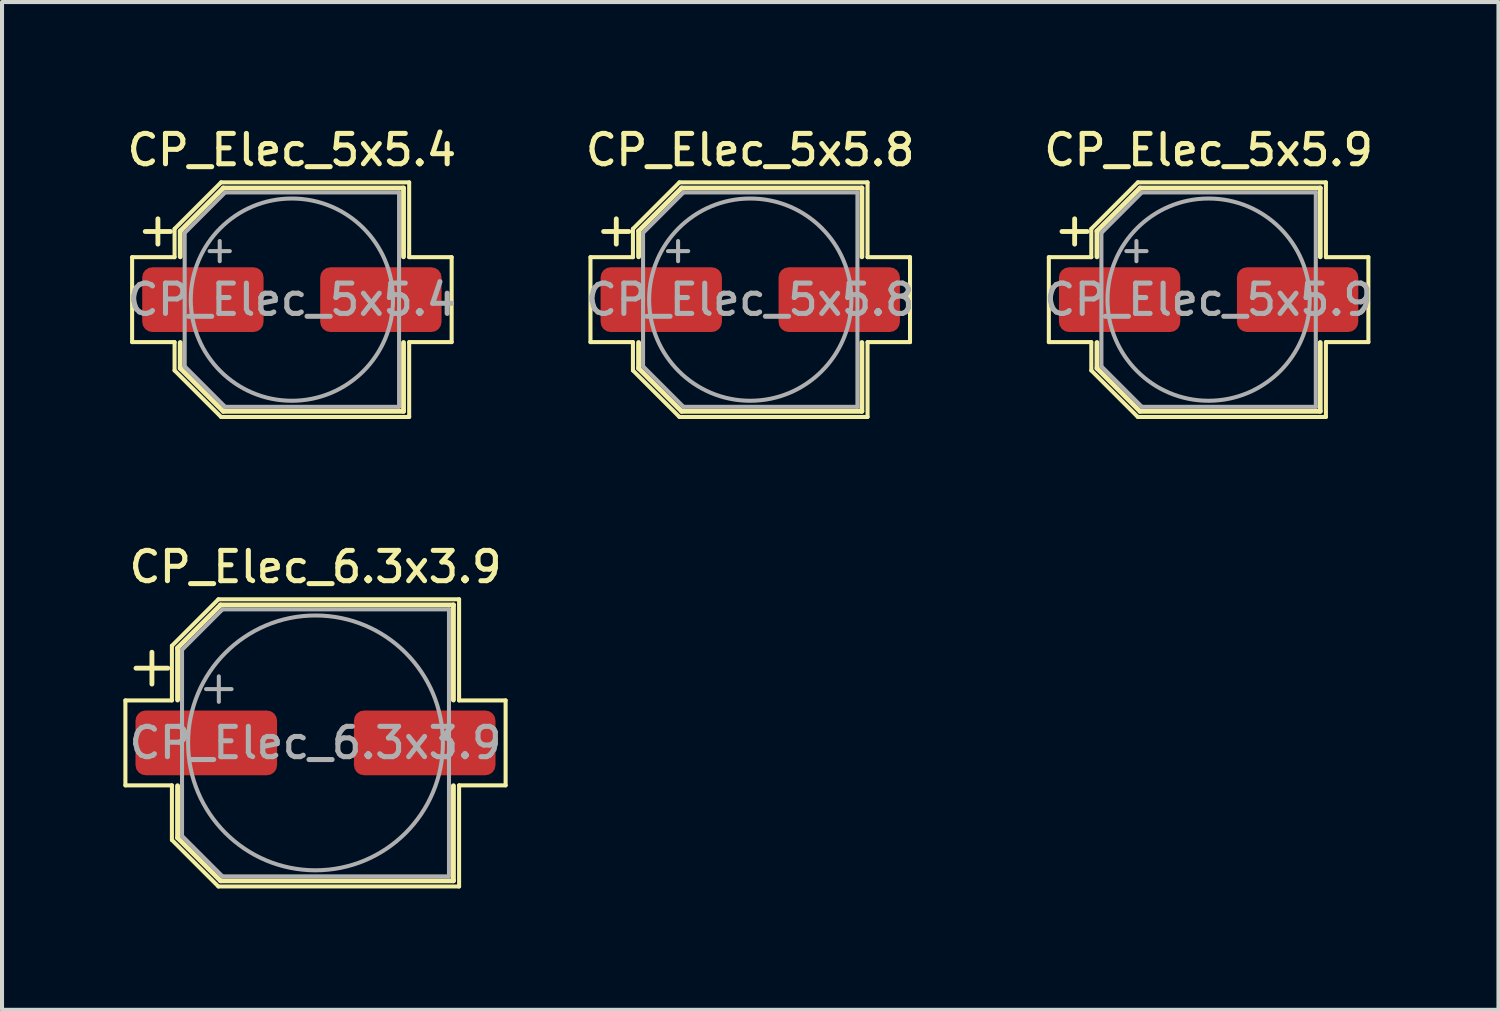
<source format=kicad_pcb>
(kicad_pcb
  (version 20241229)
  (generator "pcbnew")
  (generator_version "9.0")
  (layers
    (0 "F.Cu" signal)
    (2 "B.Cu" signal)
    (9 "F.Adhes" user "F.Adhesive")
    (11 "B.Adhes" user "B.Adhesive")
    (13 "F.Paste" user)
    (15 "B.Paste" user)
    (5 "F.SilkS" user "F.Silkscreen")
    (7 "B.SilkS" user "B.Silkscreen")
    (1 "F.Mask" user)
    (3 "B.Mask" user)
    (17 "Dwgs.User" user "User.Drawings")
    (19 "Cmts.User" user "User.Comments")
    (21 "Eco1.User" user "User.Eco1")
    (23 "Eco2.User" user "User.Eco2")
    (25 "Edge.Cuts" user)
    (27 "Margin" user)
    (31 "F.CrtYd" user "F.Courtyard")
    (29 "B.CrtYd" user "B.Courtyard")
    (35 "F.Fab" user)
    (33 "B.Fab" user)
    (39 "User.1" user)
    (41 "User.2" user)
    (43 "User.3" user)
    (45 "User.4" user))
  (footprint "CP_Elec_5x5.8"
    (layer "F.Cu")
    (at 15.498 4.358)
    (property "Reference" "CP_Elec_5x5.8" (at 0 -3.7 0) (layer "F.SilkS") (effects (font (size 0.75 0.75) (thickness 0.125))))
    (attr smd)
    (fp_line (start -3.95 -1.05) (end -3.95 1.05) (stroke (width 0.1) (type solid)) (layer "F.SilkS"))
    (fp_line (start -3.95 1.05) (end -2.9 1.05) (stroke (width 0.1) (type solid)) (layer "F.SilkS"))
    (fp_line (start -3.625 -1.685) (end -3 -1.685) (stroke (width 0.12) (type solid)) (layer "F.SilkS"))
    (fp_line (start -3.312 -1.998) (end -3.312 -1.373) (stroke (width 0.12) (type solid)) (layer "F.SilkS"))
    (fp_line (start -2.9 -1.75) (end -2.9 -1.05) (stroke (width 0.1) (type solid)) (layer "F.SilkS"))
    (fp_line (start -2.9 -1.75) (end -1.75 -2.9) (stroke (width 0.1) (type solid)) (layer "F.SilkS"))
    (fp_line (start -2.9 -1.05) (end -3.95 -1.05) (stroke (width 0.1) (type solid)) (layer "F.SilkS"))
    (fp_line (start -2.9 1.05) (end -2.9 1.75) (stroke (width 0.1) (type solid)) (layer "F.SilkS"))
    (fp_line (start -2.9 1.75) (end -1.75 2.9) (stroke (width 0.1) (type solid)) (layer "F.SilkS"))
    (fp_line (start -2.76 -1.696) (end -2.76 -1.06) (stroke (width 0.12) (type solid)) (layer "F.SilkS"))
    (fp_line (start -2.76 -1.696) (end -1.696 -2.76) (stroke (width 0.12) (type solid)) (layer "F.SilkS"))
    (fp_line (start -2.76 1.696) (end -2.76 1.06) (stroke (width 0.12) (type solid)) (layer "F.SilkS"))
    (fp_line (start -2.76 1.696) (end -1.696 2.76) (stroke (width 0.12) (type solid)) (layer "F.SilkS"))
    (fp_line (start -1.75 -2.9) (end 2.9 -2.9) (stroke (width 0.1) (type solid)) (layer "F.SilkS"))
    (fp_line (start -1.75 2.9) (end 2.9 2.9) (stroke (width 0.1) (type solid)) (layer "F.SilkS"))
    (fp_line (start -1.696 -2.76) (end 2.76 -2.76) (stroke (width 0.12) (type solid)) (layer "F.SilkS"))
    (fp_line (start -1.696 2.76) (end 2.76 2.76) (stroke (width 0.12) (type solid)) (layer "F.SilkS"))
    (fp_line (start 2.76 -2.76) (end 2.76 -1.06) (stroke (width 0.12) (type solid)) (layer "F.SilkS"))
    (fp_line (start 2.76 2.76) (end 2.76 1.06) (stroke (width 0.12) (type solid)) (layer "F.SilkS"))
    (fp_line (start 2.9 -2.9) (end 2.9 -1.05) (stroke (width 0.1) (type solid)) (layer "F.SilkS"))
    (fp_line (start 2.9 -1.05) (end 3.95 -1.05) (stroke (width 0.1) (type solid)) (layer "F.SilkS"))
    (fp_line (start 2.9 1.05) (end 2.9 2.9) (stroke (width 0.1) (type solid)) (layer "F.SilkS"))
    (fp_line (start 3.95 -1.05) (end 3.95 1.05) (stroke (width 0.1) (type solid)) (layer "F.SilkS"))
    (fp_line (start 3.95 1.05) (end 2.9 1.05) (stroke (width 0.1) (type solid)) (layer "F.SilkS"))
    (fp_line (start -2.65 -1.65) (end -2.65 1.65) (stroke (width 0.1) (type solid)) (layer "F.Fab"))
    (fp_line (start -2.65 -1.65) (end -1.65 -2.65) (stroke (width 0.1) (type solid)) (layer "F.Fab"))
    (fp_line (start -2.65 1.65) (end -1.65 2.65) (stroke (width 0.1) (type solid)) (layer "F.Fab"))
    (fp_line (start -2.034 -1.2) (end -1.534 -1.2) (stroke (width 0.1) (type solid)) (layer "F.Fab"))
    (fp_line (start -1.784 -1.45) (end -1.784 -0.95) (stroke (width 0.1) (type solid)) (layer "F.Fab"))
    (fp_line (start -1.65 -2.65) (end 2.65 -2.65) (stroke (width 0.1) (type solid)) (layer "F.Fab"))
    (fp_line (start -1.65 2.65) (end 2.65 2.65) (stroke (width 0.1) (type solid)) (layer "F.Fab"))
    (fp_line (start 2.65 -2.65) (end 2.65 2.65) (stroke (width 0.1) (type solid)) (layer "F.Fab"))
    (fp_circle (center 0 0) (end 2.5 0) (stroke (width 0.1) (type solid)) (fill no) (layer "F.Fab"))
    (fp_text user "${REFERENCE}" (at 0 0 0) (layer "F.Fab") (effects (font (size 0.75 0.75) (thickness 0.125))))
    (pad "1" smd roundrect (at -2.2 0) (size 3 1.6) (layers "F.Cu" "F.Mask" "F.Paste") (roundrect_rratio 0.156))
    (pad "2" smd roundrect (at 2.2 0) (size 3 1.6) (layers "F.Cu" "F.Mask" "F.Paste") (roundrect_rratio 0.156)))
  (footprint "CP_Elec_5x5.4"
    (layer "F.Cu")
    (at 4.166 4.358)
    (property "Reference" "CP_Elec_5x5.4" (at 0 -3.7 0) (layer "F.SilkS") (effects (font (size 0.75 0.75) (thickness 0.125))))
    (attr smd)
    (fp_line (start -3.95 -1.05) (end -3.95 1.05) (stroke (width 0.1) (type solid)) (layer "F.SilkS"))
    (fp_line (start -3.95 1.05) (end -2.9 1.05) (stroke (width 0.1) (type solid)) (layer "F.SilkS"))
    (fp_line (start -3.625 -1.685) (end -3 -1.685) (stroke (width 0.12) (type solid)) (layer "F.SilkS"))
    (fp_line (start -3.312 -1.998) (end -3.312 -1.373) (stroke (width 0.12) (type solid)) (layer "F.SilkS"))
    (fp_line (start -2.9 -1.75) (end -2.9 -1.05) (stroke (width 0.1) (type solid)) (layer "F.SilkS"))
    (fp_line (start -2.9 -1.75) (end -1.75 -2.9) (stroke (width 0.1) (type solid)) (layer "F.SilkS"))
    (fp_line (start -2.9 -1.05) (end -3.95 -1.05) (stroke (width 0.1) (type solid)) (layer "F.SilkS"))
    (fp_line (start -2.9 1.05) (end -2.9 1.75) (stroke (width 0.1) (type solid)) (layer "F.SilkS"))
    (fp_line (start -2.9 1.75) (end -1.75 2.9) (stroke (width 0.1) (type solid)) (layer "F.SilkS"))
    (fp_line (start -2.76 -1.696) (end -2.76 -1.06) (stroke (width 0.12) (type solid)) (layer "F.SilkS"))
    (fp_line (start -2.76 -1.696) (end -1.696 -2.76) (stroke (width 0.12) (type solid)) (layer "F.SilkS"))
    (fp_line (start -2.76 1.696) (end -2.76 1.06) (stroke (width 0.12) (type solid)) (layer "F.SilkS"))
    (fp_line (start -2.76 1.696) (end -1.696 2.76) (stroke (width 0.12) (type solid)) (layer "F.SilkS"))
    (fp_line (start -1.75 -2.9) (end 2.9 -2.9) (stroke (width 0.1) (type solid)) (layer "F.SilkS"))
    (fp_line (start -1.75 2.9) (end 2.9 2.9) (stroke (width 0.1) (type solid)) (layer "F.SilkS"))
    (fp_line (start -1.696 -2.76) (end 2.76 -2.76) (stroke (width 0.12) (type solid)) (layer "F.SilkS"))
    (fp_line (start -1.696 2.76) (end 2.76 2.76) (stroke (width 0.12) (type solid)) (layer "F.SilkS"))
    (fp_line (start 2.76 -2.76) (end 2.76 -1.06) (stroke (width 0.12) (type solid)) (layer "F.SilkS"))
    (fp_line (start 2.76 2.76) (end 2.76 1.06) (stroke (width 0.12) (type solid)) (layer "F.SilkS"))
    (fp_line (start 2.9 -2.9) (end 2.9 -1.05) (stroke (width 0.1) (type solid)) (layer "F.SilkS"))
    (fp_line (start 2.9 -1.05) (end 3.95 -1.05) (stroke (width 0.1) (type solid)) (layer "F.SilkS"))
    (fp_line (start 2.9 1.05) (end 2.9 2.9) (stroke (width 0.1) (type solid)) (layer "F.SilkS"))
    (fp_line (start 3.95 -1.05) (end 3.95 1.05) (stroke (width 0.1) (type solid)) (layer "F.SilkS"))
    (fp_line (start 3.95 1.05) (end 2.9 1.05) (stroke (width 0.1) (type solid)) (layer "F.SilkS"))
    (fp_line (start -2.65 -1.65) (end -2.65 1.65) (stroke (width 0.1) (type solid)) (layer "F.Fab"))
    (fp_line (start -2.65 -1.65) (end -1.65 -2.65) (stroke (width 0.1) (type solid)) (layer "F.Fab"))
    (fp_line (start -2.65 1.65) (end -1.65 2.65) (stroke (width 0.1) (type solid)) (layer "F.Fab"))
    (fp_line (start -2.034 -1.2) (end -1.534 -1.2) (stroke (width 0.1) (type solid)) (layer "F.Fab"))
    (fp_line (start -1.784 -1.45) (end -1.784 -0.95) (stroke (width 0.1) (type solid)) (layer "F.Fab"))
    (fp_line (start -1.65 -2.65) (end 2.65 -2.65) (stroke (width 0.1) (type solid)) (layer "F.Fab"))
    (fp_line (start -1.65 2.65) (end 2.65 2.65) (stroke (width 0.1) (type solid)) (layer "F.Fab"))
    (fp_line (start 2.65 -2.65) (end 2.65 2.65) (stroke (width 0.1) (type solid)) (layer "F.Fab"))
    (fp_circle (center 0 0) (end 2.5 0) (stroke (width 0.1) (type solid)) (fill no) (layer "F.Fab"))
    (fp_text user "${REFERENCE}" (at 0 0 0) (layer "F.Fab") (effects (font (size 0.75 0.75) (thickness 0.125))))
    (pad "1" smd roundrect (at -2.2 0) (size 3 1.6) (layers "F.Cu" "F.Mask" "F.Paste") (roundrect_rratio 0.156))
    (pad "2" smd roundrect (at 2.2 0) (size 3 1.6) (layers "F.Cu" "F.Mask" "F.Paste") (roundrect_rratio 0.156)))
  (footprint "CP_Elec_6.3x3.9"
    (layer "F.Cu")
    (at 4.75 15.316)
    (property "Reference" "CP_Elec_6.3x3.9" (at 0 -4.35 0) (layer "F.SilkS") (effects (font (size 0.75 0.75) (thickness 0.125))))
    (attr smd)
    (fp_line (start -4.7 -1.05) (end -4.7 1.05) (stroke (width 0.1) (type solid)) (layer "F.SilkS"))
    (fp_line (start -4.7 1.05) (end -3.55 1.05) (stroke (width 0.1) (type solid)) (layer "F.SilkS"))
    (fp_line (start -4.438 -1.847) (end -3.65 -1.847) (stroke (width 0.12) (type solid)) (layer "F.SilkS"))
    (fp_line (start -4.044 -2.241) (end -4.044 -1.454) (stroke (width 0.12) (type solid)) (layer "F.SilkS"))
    (fp_line (start -3.55 -2.4) (end -3.55 -1.05) (stroke (width 0.1) (type solid)) (layer "F.SilkS"))
    (fp_line (start -3.55 -2.4) (end -2.4 -3.55) (stroke (width 0.1) (type solid)) (layer "F.SilkS"))
    (fp_line (start -3.55 -1.05) (end -4.7 -1.05) (stroke (width 0.1) (type solid)) (layer "F.SilkS"))
    (fp_line (start -3.55 1.05) (end -3.55 2.4) (stroke (width 0.1) (type solid)) (layer "F.SilkS"))
    (fp_line (start -3.55 2.4) (end -2.4 3.55) (stroke (width 0.1) (type solid)) (layer "F.SilkS"))
    (fp_line (start -3.41 -2.346) (end -3.41 -1.06) (stroke (width 0.12) (type solid)) (layer "F.SilkS"))
    (fp_line (start -3.41 -2.346) (end -2.346 -3.41) (stroke (width 0.12) (type solid)) (layer "F.SilkS"))
    (fp_line (start -3.41 2.346) (end -3.41 1.06) (stroke (width 0.12) (type solid)) (layer "F.SilkS"))
    (fp_line (start -3.41 2.346) (end -2.346 3.41) (stroke (width 0.12) (type solid)) (layer "F.SilkS"))
    (fp_line (start -2.4 -3.55) (end 3.55 -3.55) (stroke (width 0.1) (type solid)) (layer "F.SilkS"))
    (fp_line (start -2.4 3.55) (end 3.55 3.55) (stroke (width 0.1) (type solid)) (layer "F.SilkS"))
    (fp_line (start -2.346 -3.41) (end 3.41 -3.41) (stroke (width 0.12) (type solid)) (layer "F.SilkS"))
    (fp_line (start -2.346 3.41) (end 3.41 3.41) (stroke (width 0.12) (type solid)) (layer "F.SilkS"))
    (fp_line (start 3.41 -3.41) (end 3.41 -1.06) (stroke (width 0.12) (type solid)) (layer "F.SilkS"))
    (fp_line (start 3.41 3.41) (end 3.41 1.06) (stroke (width 0.12) (type solid)) (layer "F.SilkS"))
    (fp_line (start 3.55 -3.55) (end 3.55 -1.05) (stroke (width 0.1) (type solid)) (layer "F.SilkS"))
    (fp_line (start 3.55 -1.05) (end 4.7 -1.05) (stroke (width 0.1) (type solid)) (layer "F.SilkS"))
    (fp_line (start 3.55 1.05) (end 3.55 3.55) (stroke (width 0.1) (type solid)) (layer "F.SilkS"))
    (fp_line (start 4.7 -1.05) (end 4.7 1.05) (stroke (width 0.1) (type solid)) (layer "F.SilkS"))
    (fp_line (start 4.7 1.05) (end 3.55 1.05) (stroke (width 0.1) (type solid)) (layer "F.SilkS"))
    (fp_line (start -3.3 -2.3) (end -3.3 2.3) (stroke (width 0.1) (type solid)) (layer "F.Fab"))
    (fp_line (start -3.3 -2.3) (end -2.3 -3.3) (stroke (width 0.1) (type solid)) (layer "F.Fab"))
    (fp_line (start -3.3 2.3) (end -2.3 3.3) (stroke (width 0.1) (type solid)) (layer "F.Fab"))
    (fp_line (start -2.705 -1.33) (end -2.075 -1.33) (stroke (width 0.1) (type solid)) (layer "F.Fab"))
    (fp_line (start -2.39 -1.645) (end -2.39 -1.015) (stroke (width 0.1) (type solid)) (layer "F.Fab"))
    (fp_line (start -2.3 -3.3) (end 3.3 -3.3) (stroke (width 0.1) (type solid)) (layer "F.Fab"))
    (fp_line (start -2.3 3.3) (end 3.3 3.3) (stroke (width 0.1) (type solid)) (layer "F.Fab"))
    (fp_line (start 3.3 -3.3) (end 3.3 3.3) (stroke (width 0.1) (type solid)) (layer "F.Fab"))
    (fp_circle (center 0 0) (end 3.15 0) (stroke (width 0.1) (type solid)) (fill no) (layer "F.Fab"))
    (fp_text user "${REFERENCE}" (at 0 0 0) (layer "F.Fab") (effects (font (size 0.75 0.75) (thickness 0.125))))
    (pad "1" smd roundrect (at -2.7 0) (size 3.5 1.6) (layers "F.Cu" "F.Mask" "F.Paste") (roundrect_rratio 0.156))
    (pad "2" smd roundrect (at 2.7 0) (size 3.5 1.6) (layers "F.Cu" "F.Mask" "F.Paste") (roundrect_rratio 0.156)))
  (footprint "CP_Elec_5x5.9"
    (layer "F.Cu")
    (at 26.83 4.358)
    (property "Reference" "CP_Elec_5x5.9" (at 0 -3.7 0) (layer "F.SilkS") (effects (font (size 0.75 0.75) (thickness 0.125))))
    (attr smd)
    (fp_line (start -3.95 -1.05) (end -3.95 1.05) (stroke (width 0.1) (type solid)) (layer "F.SilkS"))
    (fp_line (start -3.95 1.05) (end -2.9 1.05) (stroke (width 0.1) (type solid)) (layer "F.SilkS"))
    (fp_line (start -3.625 -1.685) (end -3 -1.685) (stroke (width 0.12) (type solid)) (layer "F.SilkS"))
    (fp_line (start -3.312 -1.998) (end -3.312 -1.373) (stroke (width 0.12) (type solid)) (layer "F.SilkS"))
    (fp_line (start -2.9 -1.75) (end -2.9 -1.05) (stroke (width 0.1) (type solid)) (layer "F.SilkS"))
    (fp_line (start -2.9 -1.75) (end -1.75 -2.9) (stroke (width 0.1) (type solid)) (layer "F.SilkS"))
    (fp_line (start -2.9 -1.05) (end -3.95 -1.05) (stroke (width 0.1) (type solid)) (layer "F.SilkS"))
    (fp_line (start -2.9 1.05) (end -2.9 1.75) (stroke (width 0.1) (type solid)) (layer "F.SilkS"))
    (fp_line (start -2.9 1.75) (end -1.75 2.9) (stroke (width 0.1) (type solid)) (layer "F.SilkS"))
    (fp_line (start -2.76 -1.696) (end -2.76 -1.06) (stroke (width 0.12) (type solid)) (layer "F.SilkS"))
    (fp_line (start -2.76 -1.696) (end -1.696 -2.76) (stroke (width 0.12) (type solid)) (layer "F.SilkS"))
    (fp_line (start -2.76 1.696) (end -2.76 1.06) (stroke (width 0.12) (type solid)) (layer "F.SilkS"))
    (fp_line (start -2.76 1.696) (end -1.696 2.76) (stroke (width 0.12) (type solid)) (layer "F.SilkS"))
    (fp_line (start -1.75 -2.9) (end 2.9 -2.9) (stroke (width 0.1) (type solid)) (layer "F.SilkS"))
    (fp_line (start -1.75 2.9) (end 2.9 2.9) (stroke (width 0.1) (type solid)) (layer "F.SilkS"))
    (fp_line (start -1.696 -2.76) (end 2.76 -2.76) (stroke (width 0.12) (type solid)) (layer "F.SilkS"))
    (fp_line (start -1.696 2.76) (end 2.76 2.76) (stroke (width 0.12) (type solid)) (layer "F.SilkS"))
    (fp_line (start 2.76 -2.76) (end 2.76 -1.06) (stroke (width 0.12) (type solid)) (layer "F.SilkS"))
    (fp_line (start 2.76 2.76) (end 2.76 1.06) (stroke (width 0.12) (type solid)) (layer "F.SilkS"))
    (fp_line (start 2.9 -2.9) (end 2.9 -1.05) (stroke (width 0.1) (type solid)) (layer "F.SilkS"))
    (fp_line (start 2.9 -1.05) (end 3.95 -1.05) (stroke (width 0.1) (type solid)) (layer "F.SilkS"))
    (fp_line (start 2.9 1.05) (end 2.9 2.9) (stroke (width 0.1) (type solid)) (layer "F.SilkS"))
    (fp_line (start 3.95 -1.05) (end 3.95 1.05) (stroke (width 0.1) (type solid)) (layer "F.SilkS"))
    (fp_line (start 3.95 1.05) (end 2.9 1.05) (stroke (width 0.1) (type solid)) (layer "F.SilkS"))
    (fp_line (start -2.65 -1.65) (end -2.65 1.65) (stroke (width 0.1) (type solid)) (layer "F.Fab"))
    (fp_line (start -2.65 -1.65) (end -1.65 -2.65) (stroke (width 0.1) (type solid)) (layer "F.Fab"))
    (fp_line (start -2.65 1.65) (end -1.65 2.65) (stroke (width 0.1) (type solid)) (layer "F.Fab"))
    (fp_line (start -2.034 -1.2) (end -1.534 -1.2) (stroke (width 0.1) (type solid)) (layer "F.Fab"))
    (fp_line (start -1.784 -1.45) (end -1.784 -0.95) (stroke (width 0.1) (type solid)) (layer "F.Fab"))
    (fp_line (start -1.65 -2.65) (end 2.65 -2.65) (stroke (width 0.1) (type solid)) (layer "F.Fab"))
    (fp_line (start -1.65 2.65) (end 2.65 2.65) (stroke (width 0.1) (type solid)) (layer "F.Fab"))
    (fp_line (start 2.65 -2.65) (end 2.65 2.65) (stroke (width 0.1) (type solid)) (layer "F.Fab"))
    (fp_circle (center 0 0) (end 2.5 0) (stroke (width 0.1) (type solid)) (fill no) (layer "F.Fab"))
    (fp_text user "${REFERENCE}" (at 0 0 0) (layer "F.Fab") (effects (font (size 0.75 0.75) (thickness 0.125))))
    (pad "1" smd roundrect (at -2.2 0) (size 3 1.6) (layers "F.Cu" "F.Mask" "F.Paste") (roundrect_rratio 0.156))
    (pad "2" smd roundrect (at 2.2 0) (size 3 1.6) (layers "F.Cu" "F.Mask" "F.Paste") (roundrect_rratio 0.156)))
  (gr_rect
    (start -3 -3)
    (end 33.996 21.916)
    (stroke (width 0.1) (type default))
    (fill no)
    (layer "Edge.Cuts")))
</source>
